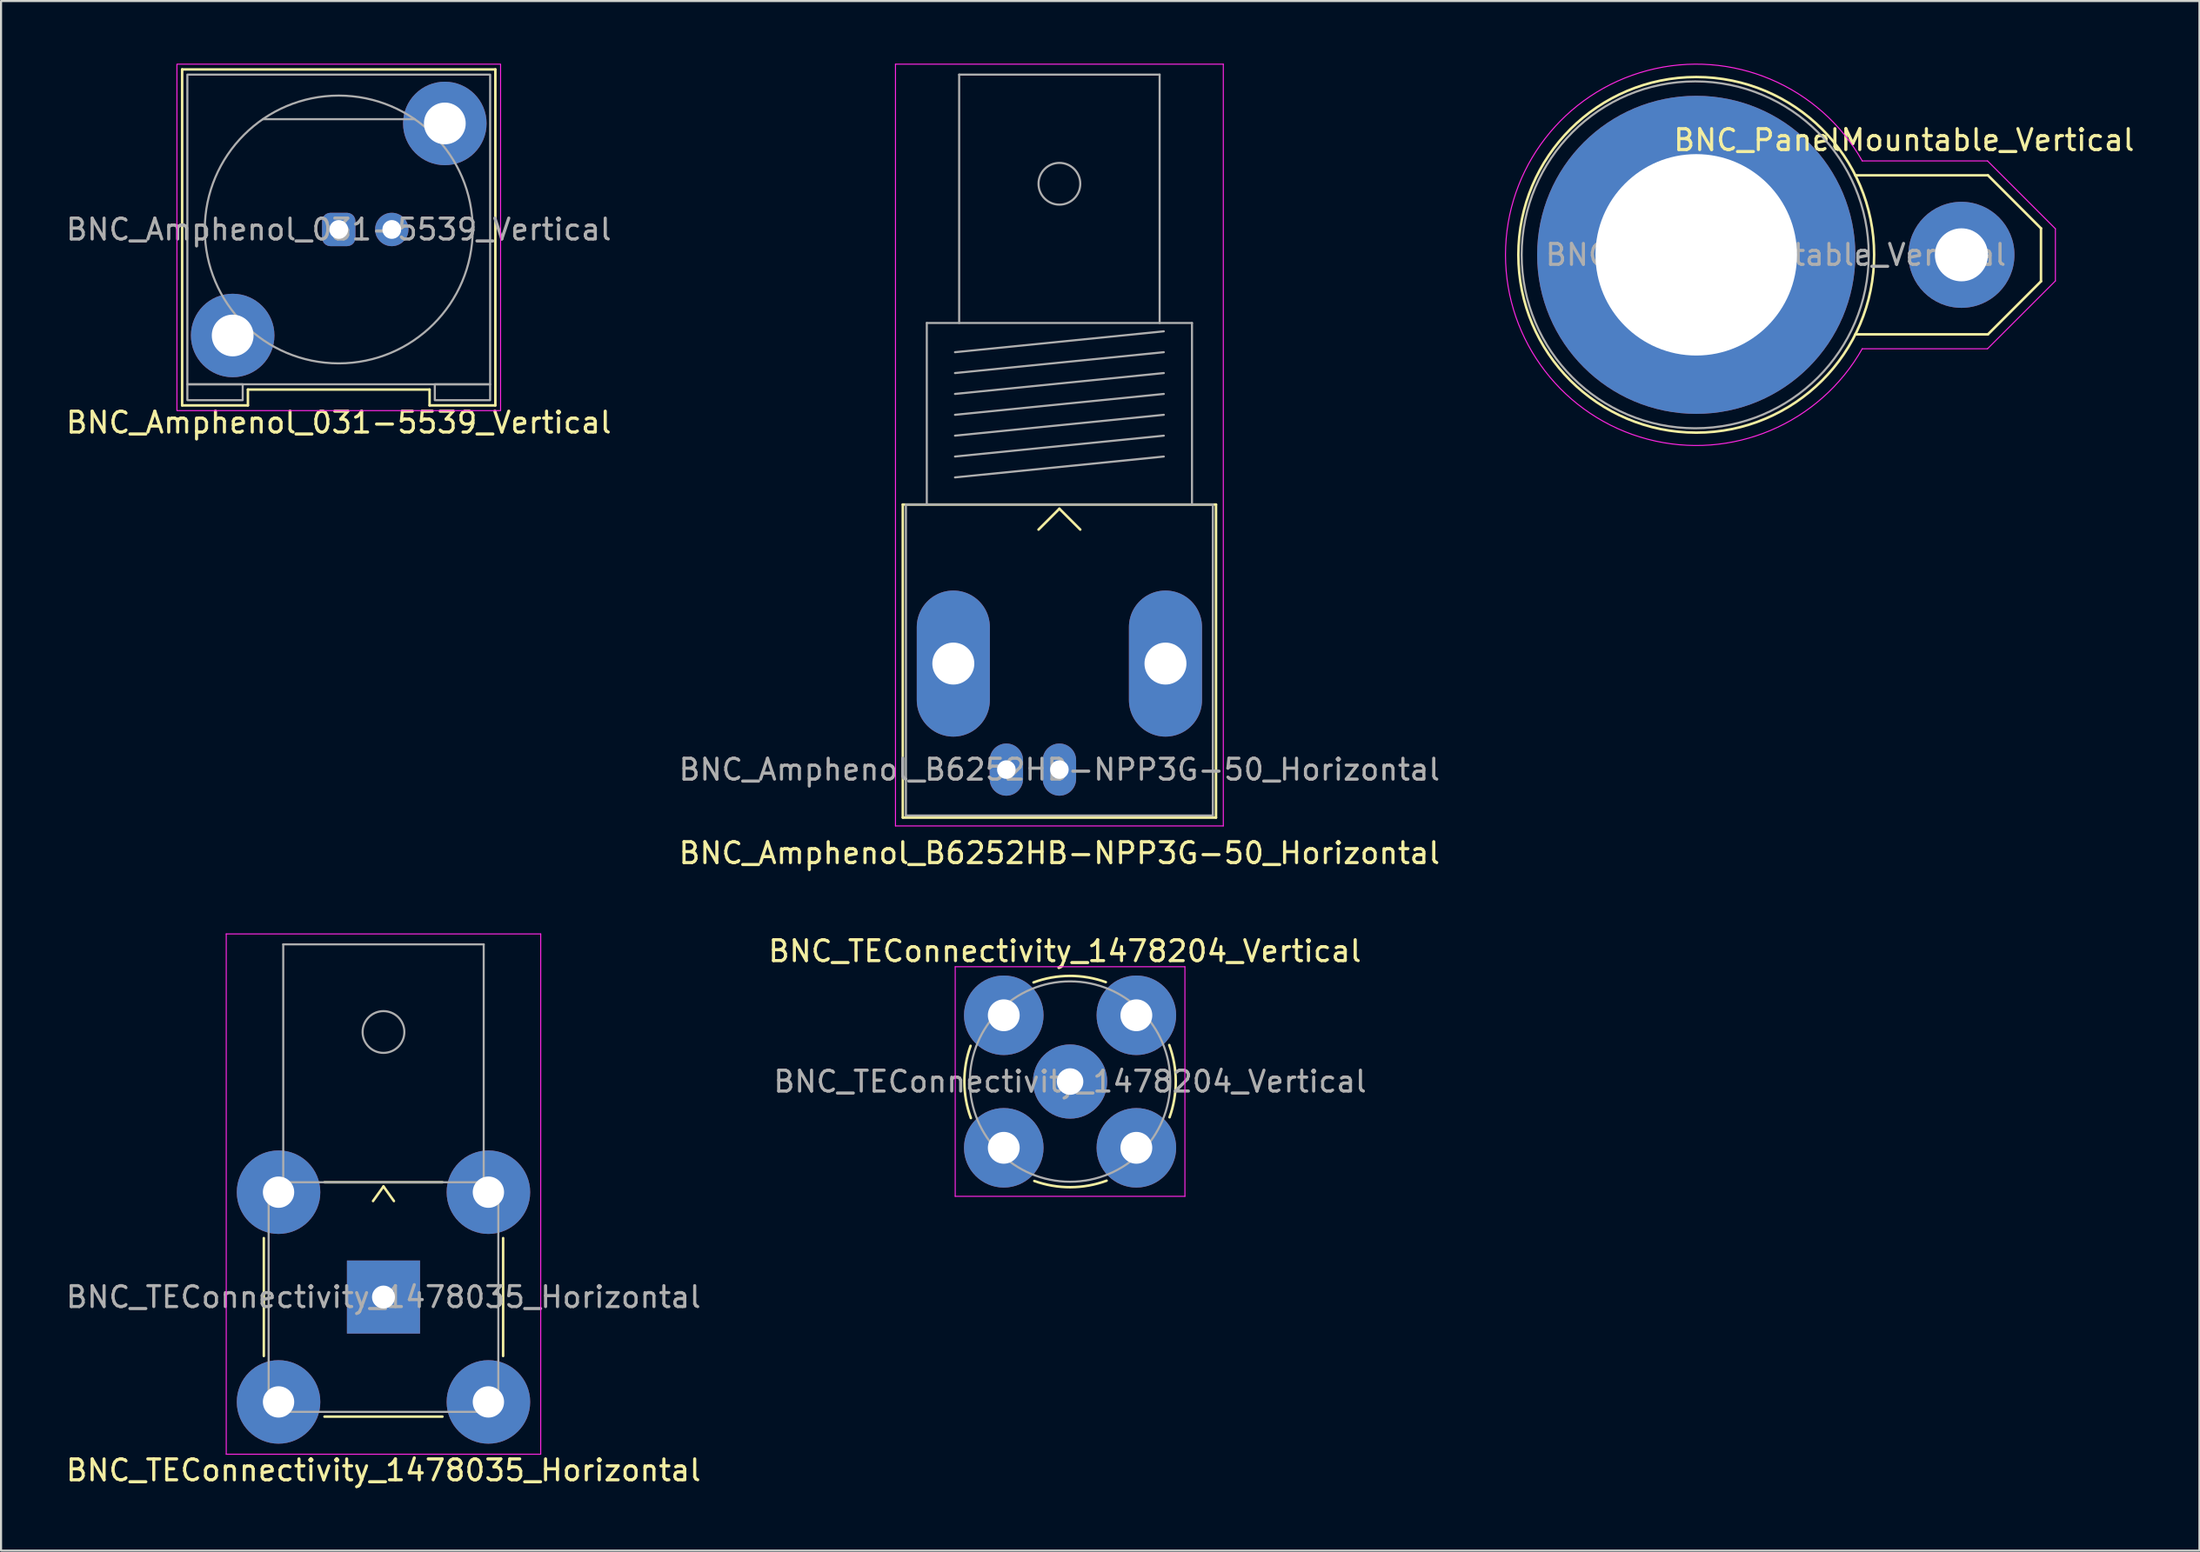
<source format=kicad_pcb>
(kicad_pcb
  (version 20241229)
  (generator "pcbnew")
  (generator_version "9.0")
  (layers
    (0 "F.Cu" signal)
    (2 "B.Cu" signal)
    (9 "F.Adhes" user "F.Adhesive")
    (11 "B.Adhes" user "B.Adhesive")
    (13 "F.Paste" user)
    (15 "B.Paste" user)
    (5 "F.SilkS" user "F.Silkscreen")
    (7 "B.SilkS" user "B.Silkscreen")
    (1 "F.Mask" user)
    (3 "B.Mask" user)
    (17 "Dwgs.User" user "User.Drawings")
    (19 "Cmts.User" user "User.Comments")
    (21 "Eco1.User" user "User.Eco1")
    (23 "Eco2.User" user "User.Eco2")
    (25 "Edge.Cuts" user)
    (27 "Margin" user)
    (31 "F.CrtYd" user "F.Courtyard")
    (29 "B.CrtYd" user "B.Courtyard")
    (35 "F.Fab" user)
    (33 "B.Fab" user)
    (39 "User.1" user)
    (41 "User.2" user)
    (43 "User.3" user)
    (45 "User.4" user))
  (footprint "BNC_TEConnectivity_1478204_Vertical"
    (layer "F.Cu")
    (at 48.196 48.772)
    (property "Reference" "BNC_TEConnectivity_1478204_Vertical" (at -0.25 -6.25 0) (layer "F.SilkS") (effects (font (size 1 1) (thickness 0.15))))
    (attr through_hole)
    (fp_arc (start -4.75 1.75) (mid -5.062075 0.019867) (end -4.763589 -1.712663) (stroke (width 0.12) (type solid)) (layer "F.SilkS"))
    (fp_arc (start -1.75 -4.75) (mid -0.019867 -5.062075) (end 1.712663 -4.763589) (stroke (width 0.12) (type solid)) (layer "F.SilkS"))
    (fp_arc (start 1.75 4.75) (mid 0.019867 5.062075) (end -1.712663 4.763589) (stroke (width 0.12) (type solid)) (layer "F.SilkS"))
    (fp_arc (start 4.75 -1.75) (mid 5.062075 -0.019867) (end 4.763589 1.712663) (stroke (width 0.12) (type solid)) (layer "F.SilkS"))
    (fp_line (start -5.5 -5.5) (end 5.5 -5.5) (stroke (width 0.05) (type solid)) (layer "F.CrtYd"))
    (fp_line (start -5.5 5.5) (end -5.5 -5.5) (stroke (width 0.05) (type solid)) (layer "F.CrtYd"))
    (fp_line (start 5.5 -5.5) (end 5.5 5.5) (stroke (width 0.05) (type solid)) (layer "F.CrtYd"))
    (fp_line (start 5.5 5.5) (end -5.5 5.5) (stroke (width 0.05) (type solid)) (layer "F.CrtYd"))
    (fp_circle (center 0 0) (end 4.8 0) (stroke (width 0.1) (type solid)) (fill no) (layer "F.Fab"))
    (fp_text user "${REFERENCE}" (at 0 0 0) (layer "F.Fab") (effects (font (size 1 1) (thickness 0.15))))
    (pad "1" thru_hole circle (at 0 0) (size 3.556 3.556) (drill 1.27) (layers "*.Cu" "*.Mask"))
    (pad "2" thru_hole circle (at -3.175 -3.175) (size 3.81 3.81) (drill 1.524) (layers "*.Cu" "*.Mask"))
    (pad "2" thru_hole circle (at -3.175 3.175) (size 3.81 3.81) (drill 1.524) (layers "*.Cu" "*.Mask"))
    (pad "2" thru_hole circle (at 3.175 -3.175) (size 3.81 3.81) (drill 1.524) (layers "*.Cu" "*.Mask"))
    (pad "2" thru_hole circle (at 3.175 3.175) (size 3.81 3.81) (drill 1.524) (layers "*.Cu" "*.Mask")))
  (footprint "BNC_PanelMountable_Vertical"
    (layer "F.Cu")
    (at 90.884 9.16)
    (property "Reference" "BNC_PanelMountable_Vertical" (at -2.75 -5.5 0) (layer "F.SilkS") (effects (font (size 1 1) (thickness 0.15))))
    (attr through_hole)
    (fp_line (start -5.08 3.81) (end 1.27 3.81) (stroke (width 0.12) (type solid)) (layer "F.SilkS"))
    (fp_line (start 1.27 -3.81) (end -5.08 -3.81) (stroke (width 0.12) (type solid)) (layer "F.SilkS"))
    (fp_line (start 1.27 3.81) (end 3.81 1.27) (stroke (width 0.12) (type solid)) (layer "F.SilkS"))
    (fp_line (start 3.81 -1.27) (end 1.27 -3.81) (stroke (width 0.12) (type solid)) (layer "F.SilkS"))
    (fp_line (start 3.81 1.27) (end 3.81 -1.27) (stroke (width 0.12) (type solid)) (layer "F.SilkS"))
    (fp_circle (center -12.7 0) (end -5.08 3.81) (stroke (width 0.12) (type solid)) (fill no) (layer "F.SilkS"))
    (fp_line (start -4.75 -4.5) (end 1.25 -4.5) (stroke (width 0.05) (type solid)) (layer "F.CrtYd"))
    (fp_line (start 1.25 -4.5) (end 4.5 -1.25) (stroke (width 0.05) (type solid)) (layer "F.CrtYd"))
    (fp_line (start 1.25 4.5) (end -4.75 4.5) (stroke (width 0.05) (type solid)) (layer "F.CrtYd"))
    (fp_line (start 4.5 -1.25) (end 4.5 1.25) (stroke (width 0.05) (type solid)) (layer "F.CrtYd"))
    (fp_line (start 4.5 1.25) (end 1.25 4.5) (stroke (width 0.05) (type solid)) (layer "F.CrtYd"))
    (fp_arc (start -4.75 4.5) (mid -21.835234 -0.001833) (end -4.748194 -4.496809) (stroke (width 0.05) (type solid)) (layer "F.CrtYd"))
    (fp_circle (center -12.75 0) (end -6.75 5.75) (stroke (width 0.1) (type solid)) (fill no) (layer "F.Fab"))
    (fp_text user "${REFERENCE}" (at -8.89 0 0) (layer "F.Fab") (effects (font (size 1 1) (thickness 0.15))))
    (pad "1" thru_hole circle (at 0 0) (size 5.08 5.08) (drill 2.54) (layers "*.Cu" "*.Mask"))
    (pad "2" thru_hole circle (at -12.7 0) (size 15.24 15.24) (drill 9.65) (layers "*.Cu" "*.Mask")))
  (footprint "BNC_Amphenol_B6252HB-NPP3G-50_Horizontal"
    (layer "F.Cu")
    (at 47.685 33.825)
    (property "Reference" "BNC_Amphenol_B6252HB-NPP3G-50_Horizontal" (at 0 4 0) (layer "F.SilkS") (effects (font (size 1 1) (thickness 0.15))))
    (attr through_hole)
    (fp_line (start -7.5 -12.7) (end 7.5 -12.7) (stroke (width 0.12) (type solid)) (layer "F.SilkS"))
    (fp_line (start -7.5 2.3) (end -7.5 -12.7) (stroke (width 0.12) (type solid)) (layer "F.SilkS"))
    (fp_line (start 0 -12.5) (end -1 -11.5) (stroke (width 0.12) (type solid)) (layer "F.SilkS"))
    (fp_line (start 0 -12.5) (end 1 -11.5) (stroke (width 0.12) (type solid)) (layer "F.SilkS"))
    (fp_line (start 7.5 -12.7) (end 7.5 2.3) (stroke (width 0.12) (type solid)) (layer "F.SilkS"))
    (fp_line (start 7.5 2.3) (end -7.5 2.3) (stroke (width 0.12) (type solid)) (layer "F.SilkS"))
    (fp_line (start -7.85 2.7) (end -7.85 -33.8) (stroke (width 0.05) (type solid)) (layer "F.CrtYd"))
    (fp_line (start -7.85 2.7) (end 7.85 2.7) (stroke (width 0.05) (type solid)) (layer "F.CrtYd"))
    (fp_line (start 7.85 -33.8) (end -7.85 -33.8) (stroke (width 0.05) (type solid)) (layer "F.CrtYd"))
    (fp_line (start 7.85 2.7) (end 7.85 -33.8) (stroke (width 0.05) (type solid)) (layer "F.CrtYd"))
    (fp_line (start -7.35 -12.7) (end -7.35 2.2) (stroke (width 0.1) (type solid)) (layer "F.Fab"))
    (fp_line (start -7.35 2.2) (end 7.35 2.2) (stroke (width 0.1) (type solid)) (layer "F.Fab"))
    (fp_line (start -6.35 -21.4) (end -6.35 -12.7) (stroke (width 0.1) (type solid)) (layer "F.Fab"))
    (fp_line (start -5 -20) (end 5 -21) (stroke (width 0.1) (type solid)) (layer "F.Fab"))
    (fp_line (start -5 -19) (end 5 -20) (stroke (width 0.1) (type solid)) (layer "F.Fab"))
    (fp_line (start -5 -18) (end 5 -19) (stroke (width 0.1) (type solid)) (layer "F.Fab"))
    (fp_line (start -5 -17) (end 5 -18) (stroke (width 0.1) (type solid)) (layer "F.Fab"))
    (fp_line (start -5 -16) (end 5 -17) (stroke (width 0.1) (type solid)) (layer "F.Fab"))
    (fp_line (start -5 -15) (end 5 -16) (stroke (width 0.1) (type solid)) (layer "F.Fab"))
    (fp_line (start -5 -14) (end 5 -15) (stroke (width 0.1) (type solid)) (layer "F.Fab"))
    (fp_line (start -4.8 -33.3) (end -4.8 -21.4) (stroke (width 0.1) (type solid)) (layer "F.Fab"))
    (fp_line (start 4.8 -33.3) (end -4.8 -33.3) (stroke (width 0.1) (type solid)) (layer "F.Fab"))
    (fp_line (start 4.8 -21.4) (end 4.8 -33.3) (stroke (width 0.1) (type solid)) (layer "F.Fab"))
    (fp_line (start 6.35 -21.4) (end -6.35 -21.4) (stroke (width 0.1) (type solid)) (layer "F.Fab"))
    (fp_line (start 6.35 -12.7) (end 6.35 -21.4) (stroke (width 0.1) (type solid)) (layer "F.Fab"))
    (fp_line (start 7.35 -12.7) (end -7.35 -12.7) (stroke (width 0.1) (type solid)) (layer "F.Fab"))
    (fp_line (start 7.35 2.2) (end 7.35 -12.7) (stroke (width 0.1) (type solid)) (layer "F.Fab"))
    (fp_circle (center 0 -28.07) (end 1 -28.07) (stroke (width 0.1) (type solid)) (fill no) (layer "F.Fab"))
    (fp_text user "${REFERENCE}" (at 0 0 0) (layer "F.Fab") (effects (font (size 1 1) (thickness 0.15))))
    (pad "1" thru_hole oval (at 0 0) (size 1.6 2.5) (drill 0.89) (layers "*.Cu" "*.Mask"))
    (pad "2" thru_hole oval (at -5.08 -5.08) (size 3.5 7) (drill 2.01) (layers "*.Cu" "*.Mask"))
    (pad "2" thru_hole oval (at -2.54 0) (size 1.6 2.5) (drill 0.89) (layers "*.Cu" "*.Mask"))
    (pad "2" thru_hole oval (at 5.08 -5.08) (size 3.5 7) (drill 2.01) (layers "*.Cu" "*.Mask")))
  (footprint "BNC_Amphenol_031-5539_Vertical"
    (layer "F.Cu")
    (at 13.173 7.945)
    (property "Reference" "BNC_Amphenol_031-5539_Vertical" (at 0 9.25 180) (layer "F.SilkS") (effects (font (size 1 1) (thickness 0.15))))
    (attr through_hole)
    (fp_line (start -7.5 -7.67) (end 7.5 -7.67) (stroke (width 0.12) (type solid)) (layer "F.SilkS"))
    (fp_line (start -7.5 8.43) (end -7.5 -7.67) (stroke (width 0.12) (type solid)) (layer "F.SilkS"))
    (fp_line (start -4.35 7.67) (end -4.35 8.43) (stroke (width 0.12) (type solid)) (layer "F.SilkS"))
    (fp_line (start -4.35 8.43) (end -7.5 8.43) (stroke (width 0.12) (type solid)) (layer "F.SilkS"))
    (fp_line (start 4.35 7.67) (end -4.35 7.67) (stroke (width 0.12) (type solid)) (layer "F.SilkS"))
    (fp_line (start 4.35 8.43) (end 4.35 7.67) (stroke (width 0.12) (type solid)) (layer "F.SilkS"))
    (fp_line (start 7.5 -7.67) (end 7.5 8.43) (stroke (width 0.12) (type solid)) (layer "F.SilkS"))
    (fp_line (start 7.5 8.43) (end 4.35 8.43) (stroke (width 0.12) (type solid)) (layer "F.SilkS"))
    (fp_rect (start 7.75 8.68) (end -7.75 -7.92) (stroke (width 0.05) (type solid)) (fill no) (layer "F.CrtYd"))
    (fp_line (start -3.636 -5.285) (end 3.636 -5.285) (stroke (width 0.1) (type solid)) (layer "F.Fab"))
    (fp_rect (start -4.6 7.42) (end -7.25 8.18) (stroke (width 0.1) (type solid)) (fill no) (layer "F.Fab"))
    (fp_rect (start 7.25 7.42) (end -7.25 -7.42) (stroke (width 0.1) (type solid)) (fill no) (layer "F.Fab"))
    (fp_rect (start 7.25 7.42) (end 4.6 8.18) (stroke (width 0.1) (type solid)) (fill no) (layer "F.Fab"))
    (fp_circle (center 0 0) (end 6.415 0) (stroke (width 0.1) (type solid)) (fill no) (layer "F.Fab"))
    (fp_text user "${REFERENCE}" (at 0 0 180) (layer "F.Fab") (effects (font (size 1 1) (thickness 0.15))))
    (pad "" thru_hole circle (at -5.08 5.08 180) (size 4 4) (drill 2) (layers "*.Cu" "*.Mask"))
    (pad "" thru_hole circle (at 5.08 -5.08 180) (size 4 4) (drill 2) (layers "*.Cu" "*.Mask"))
    (pad "1" thru_hole roundrect (at 0 0 180) (size 1.6 1.6) (drill 0.9) (layers "*.Cu" "*.Mask") (roundrect_rratio 0.25))
    (pad "2" thru_hole circle (at 2.54 0 180) (size 1.6 1.6) (drill 0.9) (layers "*.Cu" "*.Mask")))
  (footprint "BNC_TEConnectivity_1478035_Horizontal"
    (layer "F.Cu")
    (at 15.315 59.098)
    (property "Reference" "BNC_TEConnectivity_1478035_Horizontal" (at 0 8.3 0) (layer "F.SilkS") (effects (font (size 1 1) (thickness 0.15))))
    (attr through_hole)
    (fp_line (start -5.73 -2.825) (end -5.73 2.825) (stroke (width 0.12) (type solid)) (layer "F.SilkS"))
    (fp_line (start -2.825 5.73) (end 2.825 5.73) (stroke (width 0.12) (type solid)) (layer "F.SilkS"))
    (fp_line (start 0 -5.3) (end -0.5 -4.6) (stroke (width 0.12) (type solid)) (layer "F.SilkS"))
    (fp_line (start 0 -5.3) (end 0.5 -4.6) (stroke (width 0.12) (type solid)) (layer "F.SilkS"))
    (fp_line (start 2.825 -5.5) (end -2.825 -5.5) (stroke (width 0.12) (type solid)) (layer "F.SilkS"))
    (fp_line (start 5.73 2.825) (end 5.73 -2.825) (stroke (width 0.12) (type solid)) (layer "F.SilkS"))
    (fp_line (start -7.53 -17.4) (end 7.53 -17.4) (stroke (width 0.05) (type solid)) (layer "F.CrtYd"))
    (fp_line (start -7.53 7.53) (end -7.53 -17.4) (stroke (width 0.05) (type solid)) (layer "F.CrtYd"))
    (fp_line (start 7.53 -17.4) (end 7.53 7.53) (stroke (width 0.05) (type solid)) (layer "F.CrtYd"))
    (fp_line (start 7.53 7.53) (end -7.53 7.53) (stroke (width 0.05) (type solid)) (layer "F.CrtYd"))
    (fp_line (start -5.5 -5.5) (end 5.5 -5.5) (stroke (width 0.1) (type solid)) (layer "F.Fab"))
    (fp_line (start -5.5 5.5) (end -5.5 -5.5) (stroke (width 0.1) (type solid)) (layer "F.Fab"))
    (fp_line (start -4.8 -5.5) (end -4.8 -16.9) (stroke (width 0.1) (type solid)) (layer "F.Fab"))
    (fp_line (start 4.8 -16.9) (end -4.8 -16.9) (stroke (width 0.1) (type solid)) (layer "F.Fab"))
    (fp_line (start 4.8 -5.5) (end 4.8 -16.9) (stroke (width 0.1) (type solid)) (layer "F.Fab"))
    (fp_line (start 5.5 -5.5) (end 5.5 5.5) (stroke (width 0.1) (type solid)) (layer "F.Fab"))
    (fp_line (start 5.5 5.5) (end -5.5 5.5) (stroke (width 0.1) (type solid)) (layer "F.Fab"))
    (fp_circle (center 0 -12.7) (end 1 -12.7) (stroke (width 0.1) (type solid)) (fill no) (layer "F.Fab"))
    (fp_text user "${REFERENCE}" (at 0 0 0) (layer "F.Fab") (effects (font (size 1 1) (thickness 0.15))))
    (pad "1" thru_hole rect (at 0 0) (size 3.5 3.5) (drill 1.1) (layers "*.Cu" "*.Mask"))
    (pad "2" thru_hole circle (at -5.025 -5.025) (size 4 4) (drill 1.5) (layers "*.Cu" "*.Mask"))
    (pad "2" thru_hole circle (at -5.025 5.025) (size 4 4) (drill 1.5) (layers "*.Cu" "*.Mask"))
    (pad "2" thru_hole circle (at 5.025 -5.025) (size 4 4) (drill 1.5) (layers "*.Cu" "*.Mask"))
    (pad "2" thru_hole circle (at 5.025 5.025) (size 4 4) (drill 1.5) (layers "*.Cu" "*.Mask")))
  (gr_rect
    (start -3 -3)
    (end 102.283 71.246)
    (stroke (width 0.1) (type default))
    (fill no)
    (layer "Edge.Cuts")))
</source>
